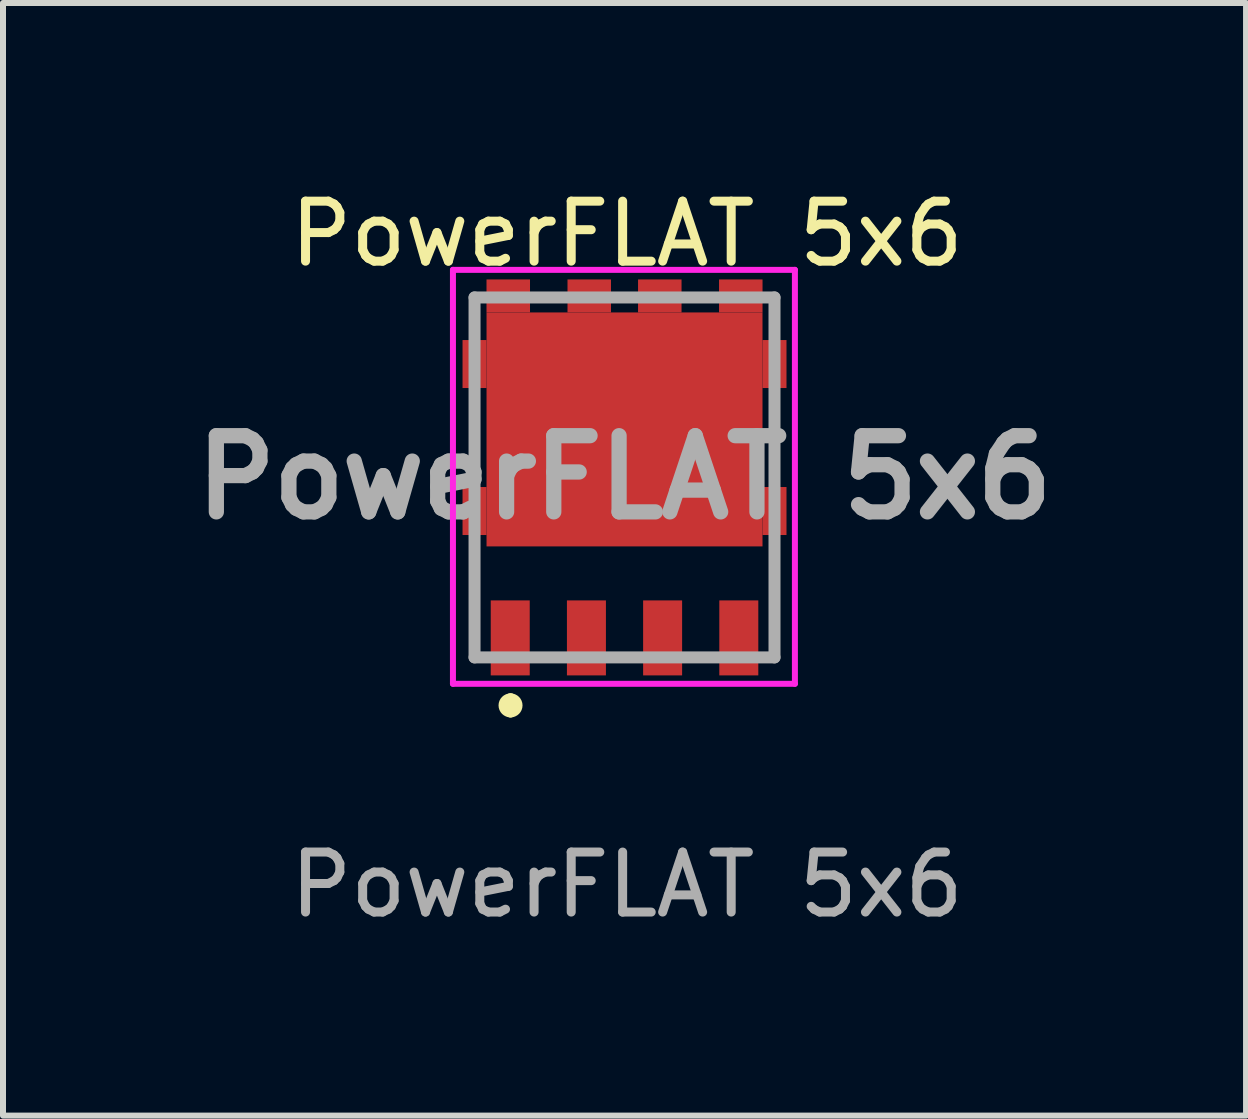
<source format=kicad_pcb>
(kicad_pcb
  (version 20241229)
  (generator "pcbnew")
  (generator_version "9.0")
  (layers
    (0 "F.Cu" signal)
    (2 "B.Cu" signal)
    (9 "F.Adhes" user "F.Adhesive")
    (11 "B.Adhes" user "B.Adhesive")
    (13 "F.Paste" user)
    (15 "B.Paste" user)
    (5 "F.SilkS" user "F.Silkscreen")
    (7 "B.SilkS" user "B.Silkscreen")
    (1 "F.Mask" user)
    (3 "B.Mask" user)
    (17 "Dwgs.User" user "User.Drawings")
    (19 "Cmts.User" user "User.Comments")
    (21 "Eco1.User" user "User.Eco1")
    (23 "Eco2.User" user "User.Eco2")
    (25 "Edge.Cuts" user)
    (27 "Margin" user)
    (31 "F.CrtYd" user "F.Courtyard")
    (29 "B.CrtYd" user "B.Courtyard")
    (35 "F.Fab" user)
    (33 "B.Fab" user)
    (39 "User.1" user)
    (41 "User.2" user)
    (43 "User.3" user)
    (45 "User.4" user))
  (footprint "PowerFLAT 5x6"
    (layer "F.Cu")
    (at 7.4 4.448)
    (property "Reference" "PowerFLAT 5x6" (at 0 -3.6 0) (unlocked yes) (layer "F.SilkS") (effects (font (size 1 1) (thickness 0.15))))
    (attr smd)
    (fp_line (start -2.54 0.21) (end -2.54 -0.54) (stroke (width 0.1) (type solid)) (layer "F.SilkS"))
    (fp_line (start -2.54 3.46) (end -2.54 1.96) (stroke (width 0.1) (type solid)) (layer "F.SilkS"))
    (fp_line (start -1.94 4.16) (end -1.94 4.16) (stroke (width 0.2) (type solid)) (layer "F.SilkS"))
    (fp_line (start -1.94 4.36) (end -1.94 4.36) (stroke (width 0.2) (type solid)) (layer "F.SilkS"))
    (fp_line (start 2.46 0.21) (end 2.46 -0.54) (stroke (width 0.1) (type solid)) (layer "F.SilkS"))
    (fp_line (start 2.46 3.46) (end 2.46 1.96) (stroke (width 0.1) (type solid)) (layer "F.SilkS"))
    (fp_arc (start -1.94 4.16) (mid -1.84 4.26) (end -1.94 4.36) (stroke (width 0.2) (type solid)) (layer "F.SilkS"))
    (fp_arc (start -1.94 4.36) (mid -2.04 4.26) (end -1.94 4.16) (stroke (width 0.2) (type solid)) (layer "F.SilkS"))
    (fp_line (start -2.9 -3) (end 2.8 -3) (stroke (width 0.1) (type solid)) (layer "F.CrtYd"))
    (fp_line (start -2.9 3.9) (end -2.9 -3) (stroke (width 0.1) (type solid)) (layer "F.CrtYd"))
    (fp_line (start 2.8 -3) (end 2.8 3.9) (stroke (width 0.1) (type solid)) (layer "F.CrtYd"))
    (fp_line (start 2.8 3.9) (end -2.9 3.9) (stroke (width 0.1) (type solid)) (layer "F.CrtYd"))
    (fp_line (start -2.54 -2.54) (end 2.46 -2.54) (stroke (width 0.2) (type solid)) (layer "F.Fab"))
    (fp_line (start -2.54 3.46) (end -2.54 -2.54) (stroke (width 0.2) (type solid)) (layer "F.Fab"))
    (fp_line (start 2.46 -2.54) (end 2.46 3.46) (stroke (width 0.2) (type solid)) (layer "F.Fab"))
    (fp_line (start 2.46 3.46) (end -2.54 3.46) (stroke (width 0.2) (type solid)) (layer "F.Fab"))
    (fp_text user "${REFERENCE}" (at 0 7.25 0) (unlocked yes) (layer "F.Fab") (effects (font (size 1 1) (thickness 0.15))))
    (fp_text user "${REFERENCE}" (at -0.04 0.46 0) (layer "F.Fab") (effects (font (size 1.27 1.27) (thickness 0.254))))
    (pad "1" smd rect (at -2.54 -1.43) (size 0.4 0.8) (layers "F.Cu" "F.Mask" "F.Paste"))
    (pad "1" smd rect (at -2.54 1.02) (size 0.4 0.8) (layers "F.Cu" "F.Mask" "F.Paste"))
    (pad "1" smd rect (at -1.978 -2.565 90) (size 0.55 0.725) (layers "F.Cu" "F.Mask" "F.Paste"))
    (pad "1" smd rect (at -0.628 -2.565 90) (size 0.55 0.725) (layers "F.Cu" "F.Mask" "F.Paste"))
    (pad "1" smd rect (at -0.04 -0.34 90) (size 3.9 4.6) (layers "F.Cu" "F.Mask" "F.Paste"))
    (pad "1" smd rect (at 0.548 -2.565 90) (size 0.55 0.725) (layers "F.Cu" "F.Mask" "F.Paste"))
    (pad "1" smd rect (at 1.898 -2.565 90) (size 0.55 0.725) (layers "F.Cu" "F.Mask" "F.Paste"))
    (pad "1" smd rect (at 2.46 -1.43) (size 0.4 0.8) (layers "F.Cu" "F.Mask" "F.Paste"))
    (pad "1" smd rect (at 2.46 1.02) (size 0.4 0.8) (layers "F.Cu" "F.Mask" "F.Paste"))
    (pad "2" smd rect (at -1.945 3.135) (size 0.65 1.25) (layers "F.Cu" "F.Mask" "F.Paste"))
    (pad "2" smd rect (at -0.675 3.135) (size 0.65 1.25) (layers "F.Cu" "F.Mask" "F.Paste"))
    (pad "2" smd rect (at 0.595 3.135) (size 0.65 1.25) (layers "F.Cu" "F.Mask" "F.Paste"))
    (pad "2" smd rect (at 1.865 3.135) (size 0.65 1.25) (layers "F.Cu" "F.Mask" "F.Paste")))
  (gr_rect
    (start -3 -3)
    (end 17.72 15.546)
    (stroke (width 0.1) (type default))
    (fill no)
    (layer "Edge.Cuts")))
</source>
